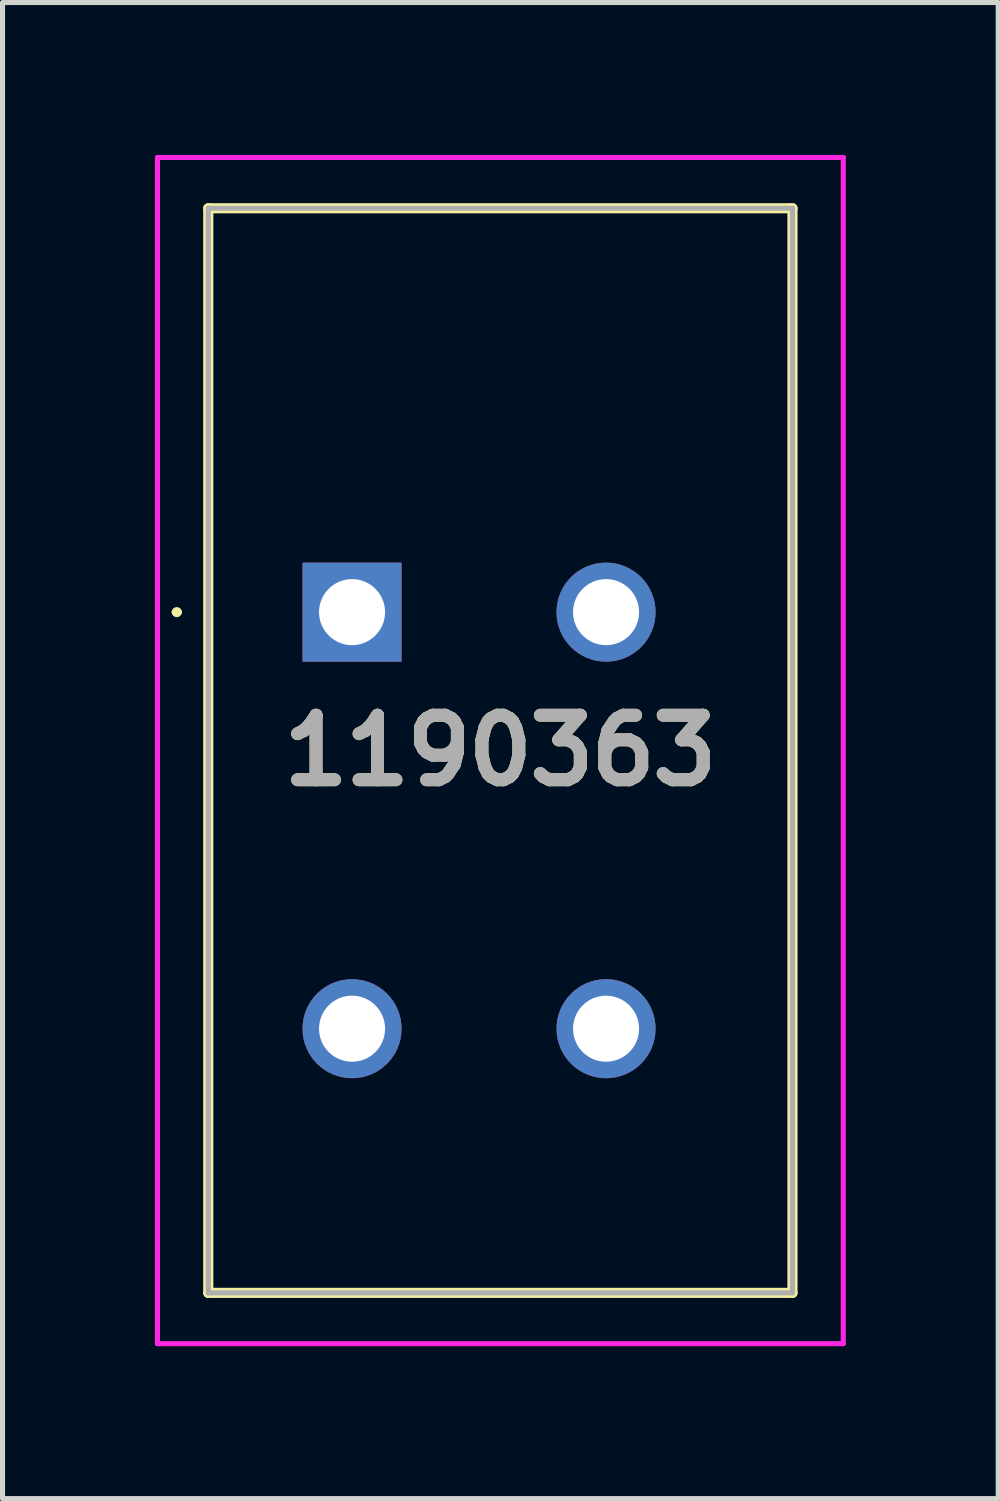
<source format=kicad_pcb>
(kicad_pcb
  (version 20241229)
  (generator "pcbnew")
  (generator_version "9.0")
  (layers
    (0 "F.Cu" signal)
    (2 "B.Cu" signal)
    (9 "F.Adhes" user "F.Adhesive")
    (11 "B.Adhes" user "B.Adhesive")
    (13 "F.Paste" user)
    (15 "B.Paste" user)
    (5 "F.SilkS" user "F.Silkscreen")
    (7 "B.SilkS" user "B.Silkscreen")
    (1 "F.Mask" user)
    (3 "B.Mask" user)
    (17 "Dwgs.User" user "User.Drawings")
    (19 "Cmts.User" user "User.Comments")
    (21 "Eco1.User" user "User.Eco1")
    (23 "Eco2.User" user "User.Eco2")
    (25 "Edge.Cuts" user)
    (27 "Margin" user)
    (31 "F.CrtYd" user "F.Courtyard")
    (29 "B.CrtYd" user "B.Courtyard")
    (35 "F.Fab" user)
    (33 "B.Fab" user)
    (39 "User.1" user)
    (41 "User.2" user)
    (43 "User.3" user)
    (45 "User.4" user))
  (footprint "1190363"
    (layer "F.Cu")
    (at 3.88 9)
    (property "Reference" "1190363" (at 2.92 2.725 0) (layer "F.SilkS") (effects (font (size 1.27 1.27) (thickness 0.254))))
    (attr through_hole)
    (fp_line (start -3.5 0) (end -3.5 0) (stroke (width 0.1) (type solid)) (layer "F.SilkS"))
    (fp_line (start -3.4 0) (end -3.4 0) (stroke (width 0.1) (type solid)) (layer "F.SilkS"))
    (fp_line (start -2.83 -7.95) (end 8.67 -7.95) (stroke (width 0.2) (type solid)) (layer "F.SilkS"))
    (fp_line (start -2.83 13.4) (end -2.83 -7.95) (stroke (width 0.2) (type solid)) (layer "F.SilkS"))
    (fp_line (start 8.67 -7.95) (end 8.67 13.4) (stroke (width 0.2) (type solid)) (layer "F.SilkS"))
    (fp_line (start 8.67 13.4) (end -2.83 13.4) (stroke (width 0.2) (type solid)) (layer "F.SilkS"))
    (fp_arc (start -3.5 0) (mid -3.45 -0.05) (end -3.4 0) (stroke (width 0.1) (type solid)) (layer "F.SilkS"))
    (fp_arc (start -3.4 0) (mid -3.45 0.05) (end -3.5 0) (stroke (width 0.1) (type solid)) (layer "F.SilkS"))
    (fp_line (start -3.83 -8.95) (end 9.67 -8.95) (stroke (width 0.1) (type solid)) (layer "F.CrtYd"))
    (fp_line (start -3.83 14.4) (end -3.83 -8.95) (stroke (width 0.1) (type solid)) (layer "F.CrtYd"))
    (fp_line (start 9.67 -8.95) (end 9.67 14.4) (stroke (width 0.1) (type solid)) (layer "F.CrtYd"))
    (fp_line (start 9.67 14.4) (end -3.83 14.4) (stroke (width 0.1) (type solid)) (layer "F.CrtYd"))
    (fp_line (start -2.83 -7.95) (end -2.83 13.4) (stroke (width 0.1) (type solid)) (layer "F.Fab"))
    (fp_line (start -2.83 13.4) (end 8.67 13.4) (stroke (width 0.1) (type solid)) (layer "F.Fab"))
    (fp_line (start 8.67 -7.95) (end -2.83 -7.95) (stroke (width 0.1) (type solid)) (layer "F.Fab"))
    (fp_line (start 8.67 13.4) (end 8.67 -7.95) (stroke (width 0.1) (type solid)) (layer "F.Fab"))
    (fp_text user "${REFERENCE}" (at 2.92 2.725 0) (layer "F.Fab") (effects (font (size 1.27 1.27) (thickness 0.254))))
    (pad "1" thru_hole rect (at 0 0) (size 1.95 1.95) (drill 1.3) (layers "*.Cu" "*.Mask"))
    (pad "2" thru_hole circle (at 5 0) (size 1.95 1.95) (drill 1.3) (layers "*.Cu" "*.Mask"))
    (pad "3" thru_hole circle (at 0 8.2) (size 1.95 1.95) (drill 1.3) (layers "*.Cu" "*.Mask"))
    (pad "4" thru_hole circle (at 5 8.2) (size 1.95 1.95) (drill 1.3) (layers "*.Cu" "*.Mask")))
  (gr_rect
    (start -3 -3)
    (end 16.6 26.45)
    (stroke (width 0.1) (type default))
    (fill no)
    (layer "Edge.Cuts")))
</source>
